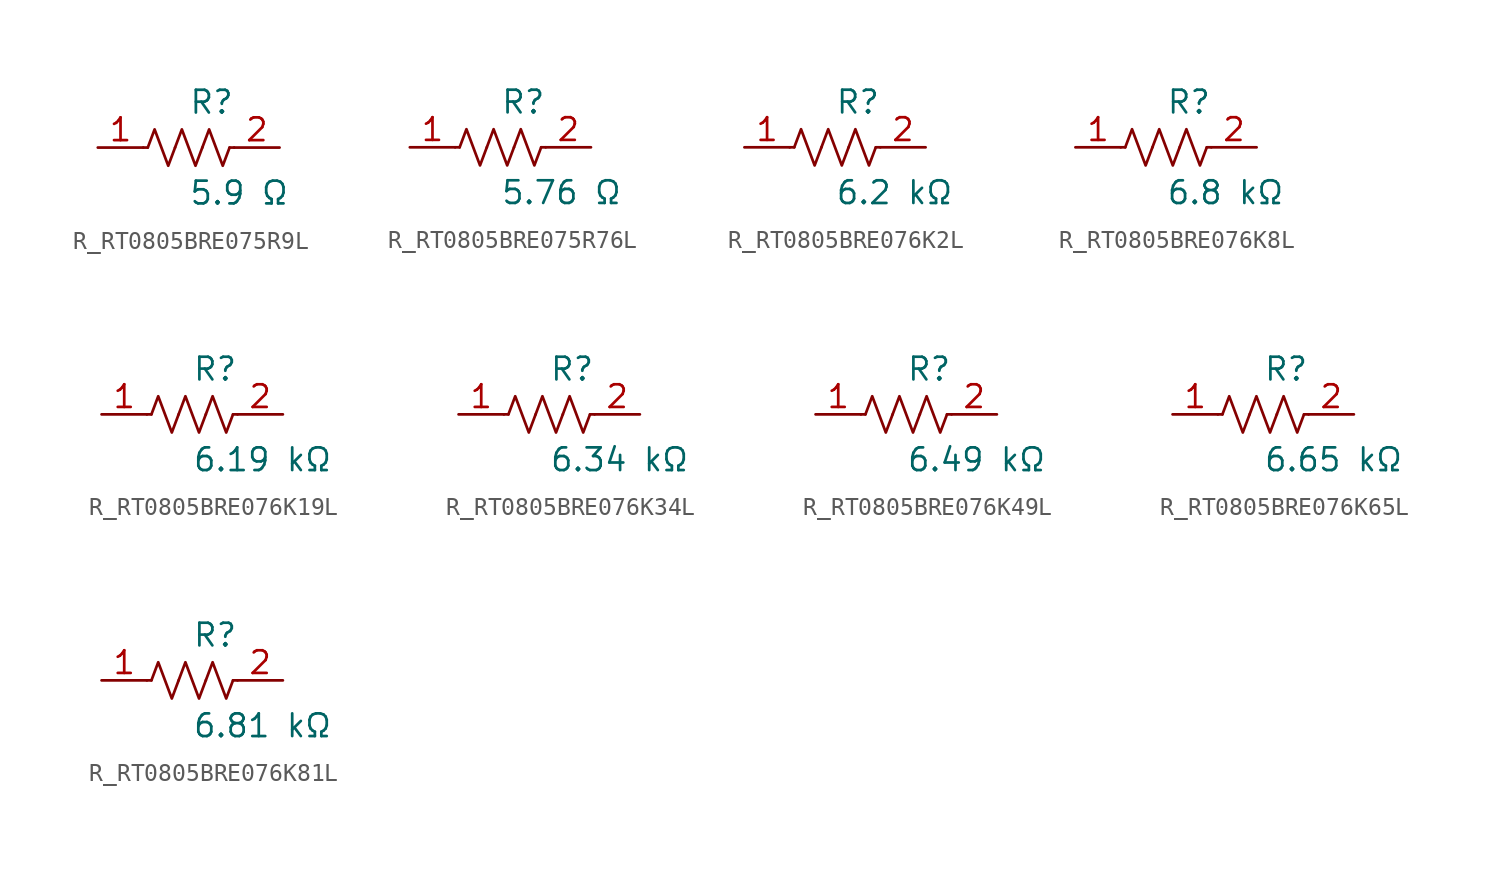
<source format=kicad_sym>
(kicad_symbol_lib
  (version 20231120)
  (generator kicad_symbol_editor)
  (generator_version 8.0)
  (symbol "R_RT0805BRE075R9L"
    (pin_names
      (offset 0.254))
    (property "Reference" "R"
      (at 0.0 2.54 0)
      (effects (font (size 1.27 1.27)) (justify left)))
    (property "Value" "5.9 Ω"
      (at 0.0 -2.54 0)
      (effects (font (size 1.27 1.27)) (justify left)))
    (symbol "R_RT0805BRE075R9L_0_1"
      (polyline (pts (xy 2.286 0) (xy 2.54 0)) (stroke (width 0) (type default)) (fill (type none)))
      (polyline (pts (xy -2.286 0) (xy -2.54 0)) (stroke (width 0) (type default)) (fill (type none)))
      (polyline (pts (xy 0.762 0) (xy 1.143 1.016) (xy 1.524 0) (xy 1.905 -1.016) (xy 2.286 0)) (stroke (width 0) (type default)) (fill (type none)))
      (polyline (pts (xy -0.762 0) (xy -0.381 1.016) (xy 0 0) (xy 0.381 -1.016) (xy 0.762 0)) (stroke (width 0) (type default)) (fill (type none)))
      (polyline (pts (xy -2.286 0) (xy -1.905 1.016) (xy -1.524 0) (xy -1.143 -1.016) (xy -0.762 0)) (stroke (width 0) (type default)) (fill (type none))))
    (pin unspecified line
      (at -5.08 0 0)
      (length 2.54)
      (name "" (effects (font (size 1.27 1.27))))
      (number "1" (effects (font (size 1.27 1.27)))))
    (pin unspecified line
      (at 5.08 0 180)
      (length 2.54)
      (name "" (effects (font (size 1.27 1.27))))
      (number "2" (effects (font (size 1.27 1.27))))))
  (symbol "R_RT0805BRE075R76L"
    (pin_names
      (offset 0.254))
    (property "Reference" "R"
      (at 0.0 2.54 0)
      (effects (font (size 1.27 1.27)) (justify left)))
    (property "Value" "5.76 Ω"
      (at 0.0 -2.54 0)
      (effects (font (size 1.27 1.27)) (justify left)))
    (symbol "R_RT0805BRE075R76L_0_1"
      (polyline (pts (xy 2.286 0) (xy 2.54 0)) (stroke (width 0) (type default)) (fill (type none)))
      (polyline (pts (xy -2.286 0) (xy -2.54 0)) (stroke (width 0) (type default)) (fill (type none)))
      (polyline (pts (xy 0.762 0) (xy 1.143 1.016) (xy 1.524 0) (xy 1.905 -1.016) (xy 2.286 0)) (stroke (width 0) (type default)) (fill (type none)))
      (polyline (pts (xy -0.762 0) (xy -0.381 1.016) (xy 0 0) (xy 0.381 -1.016) (xy 0.762 0)) (stroke (width 0) (type default)) (fill (type none)))
      (polyline (pts (xy -2.286 0) (xy -1.905 1.016) (xy -1.524 0) (xy -1.143 -1.016) (xy -0.762 0)) (stroke (width 0) (type default)) (fill (type none))))
    (pin unspecified line
      (at -5.08 0 0)
      (length 2.54)
      (name "" (effects (font (size 1.27 1.27))))
      (number "1" (effects (font (size 1.27 1.27)))))
    (pin unspecified line
      (at 5.08 0 180)
      (length 2.54)
      (name "" (effects (font (size 1.27 1.27))))
      (number "2" (effects (font (size 1.27 1.27))))))
  (symbol "R_RT0805BRE076K2L"
    (pin_names
      (offset 0.254))
    (property "Reference" "R"
      (at 0.0 2.54 0)
      (effects (font (size 1.27 1.27)) (justify left)))
    (property "Value" "6.2 kΩ"
      (at 0.0 -2.54 0)
      (effects (font (size 1.27 1.27)) (justify left)))
    (symbol "R_RT0805BRE076K2L_0_1"
      (polyline (pts (xy 2.286 0) (xy 2.54 0)) (stroke (width 0) (type default)) (fill (type none)))
      (polyline (pts (xy -2.286 0) (xy -2.54 0)) (stroke (width 0) (type default)) (fill (type none)))
      (polyline (pts (xy 0.762 0) (xy 1.143 1.016) (xy 1.524 0) (xy 1.905 -1.016) (xy 2.286 0)) (stroke (width 0) (type default)) (fill (type none)))
      (polyline (pts (xy -0.762 0) (xy -0.381 1.016) (xy 0 0) (xy 0.381 -1.016) (xy 0.762 0)) (stroke (width 0) (type default)) (fill (type none)))
      (polyline (pts (xy -2.286 0) (xy -1.905 1.016) (xy -1.524 0) (xy -1.143 -1.016) (xy -0.762 0)) (stroke (width 0) (type default)) (fill (type none))))
    (pin unspecified line
      (at -5.08 0 0)
      (length 2.54)
      (name "" (effects (font (size 1.27 1.27))))
      (number "1" (effects (font (size 1.27 1.27)))))
    (pin unspecified line
      (at 5.08 0 180)
      (length 2.54)
      (name "" (effects (font (size 1.27 1.27))))
      (number "2" (effects (font (size 1.27 1.27))))))
  (symbol "R_RT0805BRE076K8L"
    (pin_names
      (offset 0.254))
    (property "Reference" "R"
      (at 0.0 2.54 0)
      (effects (font (size 1.27 1.27)) (justify left)))
    (property "Value" "6.8 kΩ"
      (at 0.0 -2.54 0)
      (effects (font (size 1.27 1.27)) (justify left)))
    (symbol "R_RT0805BRE076K8L_0_1"
      (polyline (pts (xy 2.286 0) (xy 2.54 0)) (stroke (width 0) (type default)) (fill (type none)))
      (polyline (pts (xy -2.286 0) (xy -2.54 0)) (stroke (width 0) (type default)) (fill (type none)))
      (polyline (pts (xy 0.762 0) (xy 1.143 1.016) (xy 1.524 0) (xy 1.905 -1.016) (xy 2.286 0)) (stroke (width 0) (type default)) (fill (type none)))
      (polyline (pts (xy -0.762 0) (xy -0.381 1.016) (xy 0 0) (xy 0.381 -1.016) (xy 0.762 0)) (stroke (width 0) (type default)) (fill (type none)))
      (polyline (pts (xy -2.286 0) (xy -1.905 1.016) (xy -1.524 0) (xy -1.143 -1.016) (xy -0.762 0)) (stroke (width 0) (type default)) (fill (type none))))
    (pin unspecified line
      (at -5.08 0 0)
      (length 2.54)
      (name "" (effects (font (size 1.27 1.27))))
      (number "1" (effects (font (size 1.27 1.27)))))
    (pin unspecified line
      (at 5.08 0 180)
      (length 2.54)
      (name "" (effects (font (size 1.27 1.27))))
      (number "2" (effects (font (size 1.27 1.27))))))
  (symbol "R_RT0805BRE076K19L"
    (pin_names
      (offset 0.254))
    (property "Reference" "R"
      (at 0.0 2.54 0)
      (effects (font (size 1.27 1.27)) (justify left)))
    (property "Value" "6.19 kΩ"
      (at 0.0 -2.54 0)
      (effects (font (size 1.27 1.27)) (justify left)))
    (symbol "R_RT0805BRE076K19L_0_1"
      (polyline (pts (xy 2.286 0) (xy 2.54 0)) (stroke (width 0) (type default)) (fill (type none)))
      (polyline (pts (xy -2.286 0) (xy -2.54 0)) (stroke (width 0) (type default)) (fill (type none)))
      (polyline (pts (xy 0.762 0) (xy 1.143 1.016) (xy 1.524 0) (xy 1.905 -1.016) (xy 2.286 0)) (stroke (width 0) (type default)) (fill (type none)))
      (polyline (pts (xy -0.762 0) (xy -0.381 1.016) (xy 0 0) (xy 0.381 -1.016) (xy 0.762 0)) (stroke (width 0) (type default)) (fill (type none)))
      (polyline (pts (xy -2.286 0) (xy -1.905 1.016) (xy -1.524 0) (xy -1.143 -1.016) (xy -0.762 0)) (stroke (width 0) (type default)) (fill (type none))))
    (pin unspecified line
      (at -5.08 0 0)
      (length 2.54)
      (name "" (effects (font (size 1.27 1.27))))
      (number "1" (effects (font (size 1.27 1.27)))))
    (pin unspecified line
      (at 5.08 0 180)
      (length 2.54)
      (name "" (effects (font (size 1.27 1.27))))
      (number "2" (effects (font (size 1.27 1.27))))))
  (symbol "R_RT0805BRE076K34L"
    (pin_names
      (offset 0.254))
    (property "Reference" "R"
      (at 0.0 2.54 0)
      (effects (font (size 1.27 1.27)) (justify left)))
    (property "Value" "6.34 kΩ"
      (at 0.0 -2.54 0)
      (effects (font (size 1.27 1.27)) (justify left)))
    (symbol "R_RT0805BRE076K34L_0_1"
      (polyline (pts (xy 2.286 0) (xy 2.54 0)) (stroke (width 0) (type default)) (fill (type none)))
      (polyline (pts (xy -2.286 0) (xy -2.54 0)) (stroke (width 0) (type default)) (fill (type none)))
      (polyline (pts (xy 0.762 0) (xy 1.143 1.016) (xy 1.524 0) (xy 1.905 -1.016) (xy 2.286 0)) (stroke (width 0) (type default)) (fill (type none)))
      (polyline (pts (xy -0.762 0) (xy -0.381 1.016) (xy 0 0) (xy 0.381 -1.016) (xy 0.762 0)) (stroke (width 0) (type default)) (fill (type none)))
      (polyline (pts (xy -2.286 0) (xy -1.905 1.016) (xy -1.524 0) (xy -1.143 -1.016) (xy -0.762 0)) (stroke (width 0) (type default)) (fill (type none))))
    (pin unspecified line
      (at -5.08 0 0)
      (length 2.54)
      (name "" (effects (font (size 1.27 1.27))))
      (number "1" (effects (font (size 1.27 1.27)))))
    (pin unspecified line
      (at 5.08 0 180)
      (length 2.54)
      (name "" (effects (font (size 1.27 1.27))))
      (number "2" (effects (font (size 1.27 1.27))))))
  (symbol "R_RT0805BRE076K49L"
    (pin_names
      (offset 0.254))
    (property "Reference" "R"
      (at 0.0 2.54 0)
      (effects (font (size 1.27 1.27)) (justify left)))
    (property "Value" "6.49 kΩ"
      (at 0.0 -2.54 0)
      (effects (font (size 1.27 1.27)) (justify left)))
    (symbol "R_RT0805BRE076K49L_0_1"
      (polyline (pts (xy 2.286 0) (xy 2.54 0)) (stroke (width 0) (type default)) (fill (type none)))
      (polyline (pts (xy -2.286 0) (xy -2.54 0)) (stroke (width 0) (type default)) (fill (type none)))
      (polyline (pts (xy 0.762 0) (xy 1.143 1.016) (xy 1.524 0) (xy 1.905 -1.016) (xy 2.286 0)) (stroke (width 0) (type default)) (fill (type none)))
      (polyline (pts (xy -0.762 0) (xy -0.381 1.016) (xy 0 0) (xy 0.381 -1.016) (xy 0.762 0)) (stroke (width 0) (type default)) (fill (type none)))
      (polyline (pts (xy -2.286 0) (xy -1.905 1.016) (xy -1.524 0) (xy -1.143 -1.016) (xy -0.762 0)) (stroke (width 0) (type default)) (fill (type none))))
    (pin unspecified line
      (at -5.08 0 0)
      (length 2.54)
      (name "" (effects (font (size 1.27 1.27))))
      (number "1" (effects (font (size 1.27 1.27)))))
    (pin unspecified line
      (at 5.08 0 180)
      (length 2.54)
      (name "" (effects (font (size 1.27 1.27))))
      (number "2" (effects (font (size 1.27 1.27))))))
  (symbol "R_RT0805BRE076K65L"
    (pin_names
      (offset 0.254))
    (property "Reference" "R"
      (at 0.0 2.54 0)
      (effects (font (size 1.27 1.27)) (justify left)))
    (property "Value" "6.65 kΩ"
      (at 0.0 -2.54 0)
      (effects (font (size 1.27 1.27)) (justify left)))
    (symbol "R_RT0805BRE076K65L_0_1"
      (polyline (pts (xy 2.286 0) (xy 2.54 0)) (stroke (width 0) (type default)) (fill (type none)))
      (polyline (pts (xy -2.286 0) (xy -2.54 0)) (stroke (width 0) (type default)) (fill (type none)))
      (polyline (pts (xy 0.762 0) (xy 1.143 1.016) (xy 1.524 0) (xy 1.905 -1.016) (xy 2.286 0)) (stroke (width 0) (type default)) (fill (type none)))
      (polyline (pts (xy -0.762 0) (xy -0.381 1.016) (xy 0 0) (xy 0.381 -1.016) (xy 0.762 0)) (stroke (width 0) (type default)) (fill (type none)))
      (polyline (pts (xy -2.286 0) (xy -1.905 1.016) (xy -1.524 0) (xy -1.143 -1.016) (xy -0.762 0)) (stroke (width 0) (type default)) (fill (type none))))
    (pin unspecified line
      (at -5.08 0 0)
      (length 2.54)
      (name "" (effects (font (size 1.27 1.27))))
      (number "1" (effects (font (size 1.27 1.27)))))
    (pin unspecified line
      (at 5.08 0 180)
      (length 2.54)
      (name "" (effects (font (size 1.27 1.27))))
      (number "2" (effects (font (size 1.27 1.27))))))
  (symbol "R_RT0805BRE076K81L"
    (pin_names
      (offset 0.254))
    (property "Reference" "R"
      (at 0.0 2.54 0)
      (effects (font (size 1.27 1.27)) (justify left)))
    (property "Value" "6.81 kΩ"
      (at 0.0 -2.54 0)
      (effects (font (size 1.27 1.27)) (justify left)))
    (symbol "R_RT0805BRE076K81L_0_1"
      (polyline (pts (xy 2.286 0) (xy 2.54 0)) (stroke (width 0) (type default)) (fill (type none)))
      (polyline (pts (xy -2.286 0) (xy -2.54 0)) (stroke (width 0) (type default)) (fill (type none)))
      (polyline (pts (xy 0.762 0) (xy 1.143 1.016) (xy 1.524 0) (xy 1.905 -1.016) (xy 2.286 0)) (stroke (width 0) (type default)) (fill (type none)))
      (polyline (pts (xy -0.762 0) (xy -0.381 1.016) (xy 0 0) (xy 0.381 -1.016) (xy 0.762 0)) (stroke (width 0) (type default)) (fill (type none)))
      (polyline (pts (xy -2.286 0) (xy -1.905 1.016) (xy -1.524 0) (xy -1.143 -1.016) (xy -0.762 0)) (stroke (width 0) (type default)) (fill (type none))))
    (pin unspecified line
      (at -5.08 0 0)
      (length 2.54)
      (name "" (effects (font (size 1.27 1.27))))
      (number "1" (effects (font (size 1.27 1.27)))))
    (pin unspecified line
      (at 5.08 0 180)
      (length 2.54)
      (name "" (effects (font (size 1.27 1.27))))
      (number "2" (effects (font (size 1.27 1.27)))))))
</source>
